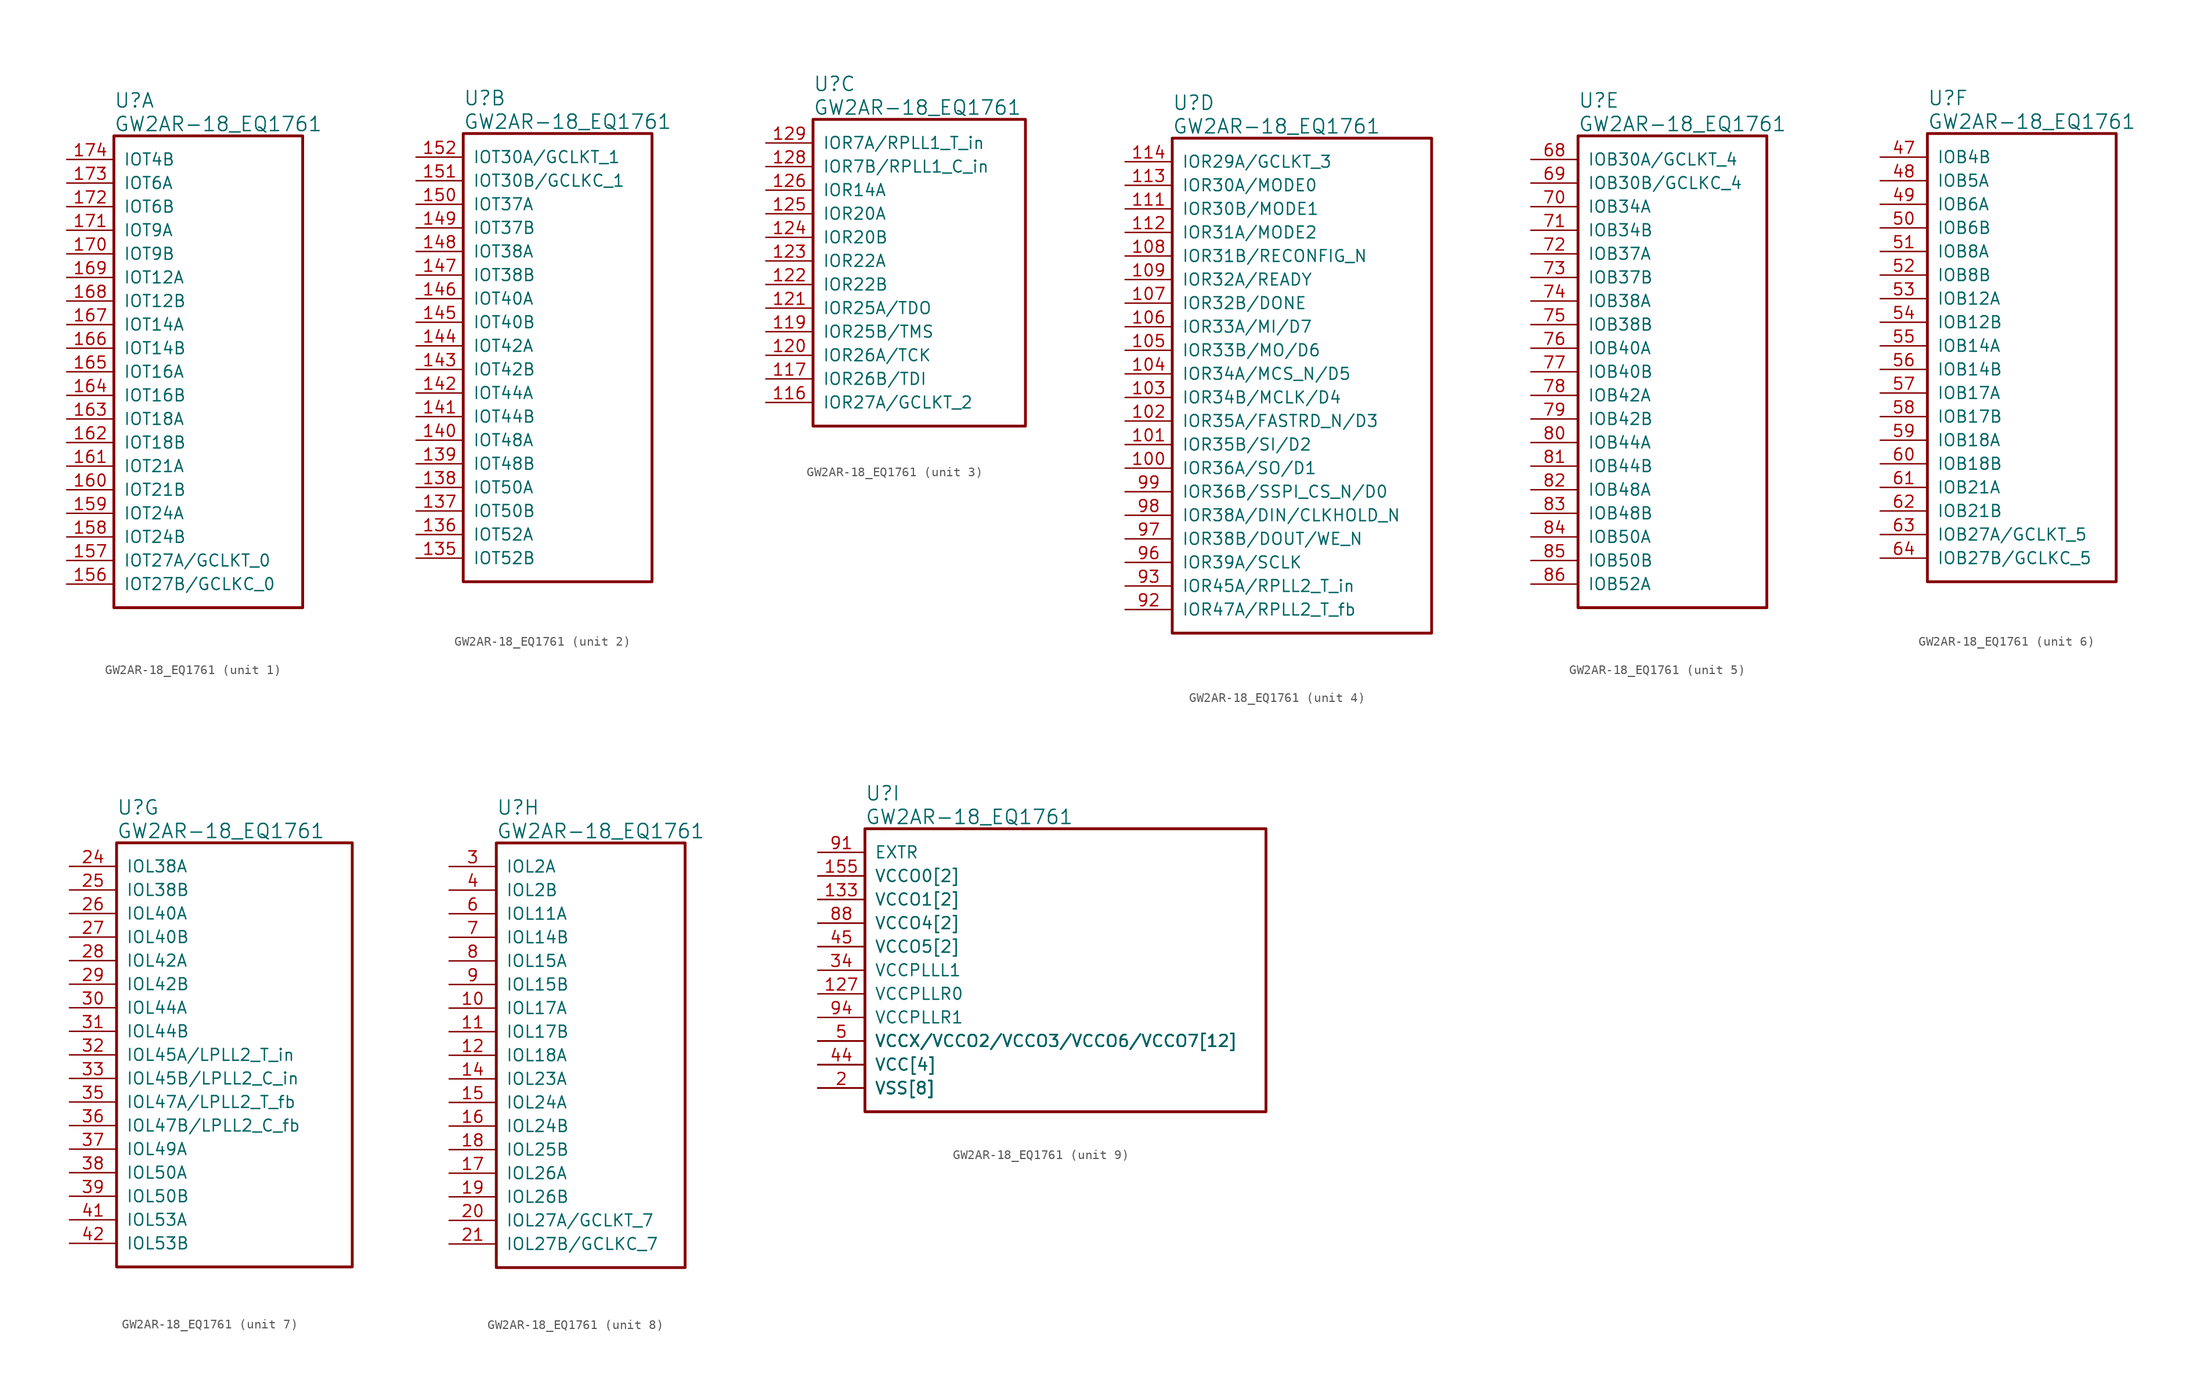
<source format=kicad_sym>
(kicad_symbol_lib
  (version 20241209)
  (generator "kicad_symbol_editor")
  (generator_version "9.0")
  (symbol "GW2AR-18_EQ1761"
    (pin_names
      (offset 1.016))
    (property "Reference" "U"
      (at 5.08 6.35 0)
      (effects (font (size 1.524 1.524)) (justify left)))
    (property "Value" "GW2AR-18_EQ1761"
      (at 5.08 3.81 0)
      (effects (font (size 1.524 1.524)) (justify left)))
    (property "ki_locked" ""
      (at 0 0 0)
      (effects (font (size 1.27 1.27))))
    (symbol "GW2AR-18_EQ1761_1_1"
      (rectangle (start 5.08 2.54) (end 25.4 -48.26) (stroke (width 0.305) (type solid)) (fill (type none)))
      (pin bidirectional line (at 0 0 0) (length 5.08) (name "IOT4B" (effects (font (size 1.27 1.27)))) (number "174" (effects (font (size 1.27 1.27)))))
      (pin bidirectional line (at 0 -2.54 0) (length 5.08) (name "IOT6A" (effects (font (size 1.27 1.27)))) (number "173" (effects (font (size 1.27 1.27)))))
      (pin bidirectional line (at 0 -5.08 0) (length 5.08) (name "IOT6B" (effects (font (size 1.27 1.27)))) (number "172" (effects (font (size 1.27 1.27)))))
      (pin bidirectional line (at 0 -7.62 0) (length 5.08) (name "IOT9A" (effects (font (size 1.27 1.27)))) (number "171" (effects (font (size 1.27 1.27)))))
      (pin bidirectional line (at 0 -10.16 0) (length 5.08) (name "IOT9B" (effects (font (size 1.27 1.27)))) (number "170" (effects (font (size 1.27 1.27)))))
      (pin bidirectional line (at 0 -12.7 0) (length 5.08) (name "IOT12A" (effects (font (size 1.27 1.27)))) (number "169" (effects (font (size 1.27 1.27)))))
      (pin bidirectional line (at 0 -15.24 0) (length 5.08) (name "IOT12B" (effects (font (size 1.27 1.27)))) (number "168" (effects (font (size 1.27 1.27)))))
      (pin bidirectional line (at 0 -17.78 0) (length 5.08) (name "IOT14A" (effects (font (size 1.27 1.27)))) (number "167" (effects (font (size 1.27 1.27)))))
      (pin bidirectional line (at 0 -20.32 0) (length 5.08) (name "IOT14B" (effects (font (size 1.27 1.27)))) (number "166" (effects (font (size 1.27 1.27)))))
      (pin bidirectional line (at 0 -22.86 0) (length 5.08) (name "IOT16A" (effects (font (size 1.27 1.27)))) (number "165" (effects (font (size 1.27 1.27)))))
      (pin bidirectional line (at 0 -25.4 0) (length 5.08) (name "IOT16B" (effects (font (size 1.27 1.27)))) (number "164" (effects (font (size 1.27 1.27)))))
      (pin bidirectional line (at 0 -27.94 0) (length 5.08) (name "IOT18A" (effects (font (size 1.27 1.27)))) (number "163" (effects (font (size 1.27 1.27)))))
      (pin bidirectional line (at 0 -30.48 0) (length 5.08) (name "IOT18B" (effects (font (size 1.27 1.27)))) (number "162" (effects (font (size 1.27 1.27)))))
      (pin bidirectional line (at 0 -33.02 0) (length 5.08) (name "IOT21A" (effects (font (size 1.27 1.27)))) (number "161" (effects (font (size 1.27 1.27)))))
      (pin bidirectional line (at 0 -35.56 0) (length 5.08) (name "IOT21B" (effects (font (size 1.27 1.27)))) (number "160" (effects (font (size 1.27 1.27)))))
      (pin bidirectional line (at 0 -38.1 0) (length 5.08) (name "IOT24A" (effects (font (size 1.27 1.27)))) (number "159" (effects (font (size 1.27 1.27)))))
      (pin bidirectional line (at 0 -40.64 0) (length 5.08) (name "IOT24B" (effects (font (size 1.27 1.27)))) (number "158" (effects (font (size 1.27 1.27)))))
      (pin bidirectional line (at 0 -43.18 0) (length 5.08) (name "IOT27A/GCLKT_0" (effects (font (size 1.27 1.27)))) (number "157" (effects (font (size 1.27 1.27)))))
      (pin bidirectional line (at 0 -45.72 0) (length 5.08) (name "IOT27B/GCLKC_0" (effects (font (size 1.27 1.27)))) (number "156" (effects (font (size 1.27 1.27))))))
    (symbol "GW2AR-18_EQ1761_2_1"
      (rectangle (start 5.08 2.54) (end 25.4 -45.72) (stroke (width 0.305) (type solid)) (fill (type none)))
      (pin bidirectional line (at 0 0 0) (length 5.08) (name "IOT30A/GCLKT_1" (effects (font (size 1.27 1.27)))) (number "152" (effects (font (size 1.27 1.27)))))
      (pin bidirectional line (at 0 -2.54 0) (length 5.08) (name "IOT30B/GCLKC_1" (effects (font (size 1.27 1.27)))) (number "151" (effects (font (size 1.27 1.27)))))
      (pin bidirectional line (at 0 -5.08 0) (length 5.08) (name "IOT37A" (effects (font (size 1.27 1.27)))) (number "150" (effects (font (size 1.27 1.27)))))
      (pin bidirectional line (at 0 -7.62 0) (length 5.08) (name "IOT37B" (effects (font (size 1.27 1.27)))) (number "149" (effects (font (size 1.27 1.27)))))
      (pin bidirectional line (at 0 -10.16 0) (length 5.08) (name "IOT38A" (effects (font (size 1.27 1.27)))) (number "148" (effects (font (size 1.27 1.27)))))
      (pin bidirectional line (at 0 -12.7 0) (length 5.08) (name "IOT38B" (effects (font (size 1.27 1.27)))) (number "147" (effects (font (size 1.27 1.27)))))
      (pin bidirectional line (at 0 -15.24 0) (length 5.08) (name "IOT40A" (effects (font (size 1.27 1.27)))) (number "146" (effects (font (size 1.27 1.27)))))
      (pin bidirectional line (at 0 -17.78 0) (length 5.08) (name "IOT40B" (effects (font (size 1.27 1.27)))) (number "145" (effects (font (size 1.27 1.27)))))
      (pin bidirectional line (at 0 -20.32 0) (length 5.08) (name "IOT42A" (effects (font (size 1.27 1.27)))) (number "144" (effects (font (size 1.27 1.27)))))
      (pin bidirectional line (at 0 -22.86 0) (length 5.08) (name "IOT42B" (effects (font (size 1.27 1.27)))) (number "143" (effects (font (size 1.27 1.27)))))
      (pin bidirectional line (at 0 -25.4 0) (length 5.08) (name "IOT44A" (effects (font (size 1.27 1.27)))) (number "142" (effects (font (size 1.27 1.27)))))
      (pin bidirectional line (at 0 -27.94 0) (length 5.08) (name "IOT44B" (effects (font (size 1.27 1.27)))) (number "141" (effects (font (size 1.27 1.27)))))
      (pin bidirectional line (at 0 -30.48 0) (length 5.08) (name "IOT48A" (effects (font (size 1.27 1.27)))) (number "140" (effects (font (size 1.27 1.27)))))
      (pin bidirectional line (at 0 -33.02 0) (length 5.08) (name "IOT48B" (effects (font (size 1.27 1.27)))) (number "139" (effects (font (size 1.27 1.27)))))
      (pin bidirectional line (at 0 -35.56 0) (length 5.08) (name "IOT50A" (effects (font (size 1.27 1.27)))) (number "138" (effects (font (size 1.27 1.27)))))
      (pin bidirectional line (at 0 -38.1 0) (length 5.08) (name "IOT50B" (effects (font (size 1.27 1.27)))) (number "137" (effects (font (size 1.27 1.27)))))
      (pin bidirectional line (at 0 -40.64 0) (length 5.08) (name "IOT52A" (effects (font (size 1.27 1.27)))) (number "136" (effects (font (size 1.27 1.27)))))
      (pin bidirectional line (at 0 -43.18 0) (length 5.08) (name "IOT52B" (effects (font (size 1.27 1.27)))) (number "135" (effects (font (size 1.27 1.27))))))
    (symbol "GW2AR-18_EQ1761_3_1"
      (rectangle (start 5.08 2.54) (end 27.94 -30.48) (stroke (width 0.305) (type solid)) (fill (type none)))
      (pin bidirectional line (at 0 0 0) (length 5.08) (name "IOR7A/RPLL1_T_in" (effects (font (size 1.27 1.27)))) (number "129" (effects (font (size 1.27 1.27)))))
      (pin bidirectional line (at 0 -2.54 0) (length 5.08) (name "IOR7B/RPLL1_C_in" (effects (font (size 1.27 1.27)))) (number "128" (effects (font (size 1.27 1.27)))))
      (pin bidirectional line (at 0 -5.08 0) (length 5.08) (name "IOR14A" (effects (font (size 1.27 1.27)))) (number "126" (effects (font (size 1.27 1.27)))))
      (pin bidirectional line (at 0 -7.62 0) (length 5.08) (name "IOR20A" (effects (font (size 1.27 1.27)))) (number "125" (effects (font (size 1.27 1.27)))))
      (pin bidirectional line (at 0 -10.16 0) (length 5.08) (name "IOR20B" (effects (font (size 1.27 1.27)))) (number "124" (effects (font (size 1.27 1.27)))))
      (pin bidirectional line (at 0 -12.7 0) (length 5.08) (name "IOR22A" (effects (font (size 1.27 1.27)))) (number "123" (effects (font (size 1.27 1.27)))))
      (pin bidirectional line (at 0 -15.24 0) (length 5.08) (name "IOR22B" (effects (font (size 1.27 1.27)))) (number "122" (effects (font (size 1.27 1.27)))))
      (pin bidirectional line (at 0 -17.78 0) (length 5.08) (name "IOR25A/TDO" (effects (font (size 1.27 1.27)))) (number "121" (effects (font (size 1.27 1.27)))))
      (pin bidirectional line (at 0 -20.32 0) (length 5.08) (name "IOR25B/TMS" (effects (font (size 1.27 1.27)))) (number "119" (effects (font (size 1.27 1.27)))))
      (pin bidirectional line (at 0 -22.86 0) (length 5.08) (name "IOR26A/TCK" (effects (font (size 1.27 1.27)))) (number "120" (effects (font (size 1.27 1.27)))))
      (pin bidirectional line (at 0 -25.4 0) (length 5.08) (name "IOR26B/TDI" (effects (font (size 1.27 1.27)))) (number "117" (effects (font (size 1.27 1.27)))))
      (pin bidirectional line (at 0 -27.94 0) (length 5.08) (name "IOR27A/GCLKT_2" (effects (font (size 1.27 1.27)))) (number "116" (effects (font (size 1.27 1.27))))))
    (symbol "GW2AR-18_EQ1761_4_1"
      (rectangle (start 5.08 2.54) (end 33.02 -50.8) (stroke (width 0.305) (type solid)) (fill (type none)))
      (pin bidirectional line (at 0 0 0) (length 5.08) (name "IOR29A/GCLKT_3" (effects (font (size 1.27 1.27)))) (number "114" (effects (font (size 1.27 1.27)))))
      (pin bidirectional line (at 0 -2.54 0) (length 5.08) (name "IOR30A/MODE0" (effects (font (size 1.27 1.27)))) (number "113" (effects (font (size 1.27 1.27)))))
      (pin bidirectional line (at 0 -5.08 0) (length 5.08) (name "IOR30B/MODE1" (effects (font (size 1.27 1.27)))) (number "111" (effects (font (size 1.27 1.27)))))
      (pin bidirectional line (at 0 -7.62 0) (length 5.08) (name "IOR31A/MODE2" (effects (font (size 1.27 1.27)))) (number "112" (effects (font (size 1.27 1.27)))))
      (pin bidirectional line (at 0 -10.16 0) (length 5.08) (name "IOR31B/RECONFIG_N" (effects (font (size 1.27 1.27)))) (number "108" (effects (font (size 1.27 1.27)))))
      (pin bidirectional line (at 0 -12.7 0) (length 5.08) (name "IOR32A/READY" (effects (font (size 1.27 1.27)))) (number "109" (effects (font (size 1.27 1.27)))))
      (pin bidirectional line (at 0 -15.24 0) (length 5.08) (name "IOR32B/DONE" (effects (font (size 1.27 1.27)))) (number "107" (effects (font (size 1.27 1.27)))))
      (pin bidirectional line (at 0 -17.78 0) (length 5.08) (name "IOR33A/MI/D7" (effects (font (size 1.27 1.27)))) (number "106" (effects (font (size 1.27 1.27)))))
      (pin bidirectional line (at 0 -20.32 0) (length 5.08) (name "IOR33B/MO/D6" (effects (font (size 1.27 1.27)))) (number "105" (effects (font (size 1.27 1.27)))))
      (pin bidirectional line (at 0 -22.86 0) (length 5.08) (name "IOR34A/MCS_N/D5" (effects (font (size 1.27 1.27)))) (number "104" (effects (font (size 1.27 1.27)))))
      (pin bidirectional line (at 0 -25.4 0) (length 5.08) (name "IOR34B/MCLK/D4" (effects (font (size 1.27 1.27)))) (number "103" (effects (font (size 1.27 1.27)))))
      (pin bidirectional line (at 0 -27.94 0) (length 5.08) (name "IOR35A/FASTRD_N/D3" (effects (font (size 1.27 1.27)))) (number "102" (effects (font (size 1.27 1.27)))))
      (pin bidirectional line (at 0 -30.48 0) (length 5.08) (name "IOR35B/SI/D2" (effects (font (size 1.27 1.27)))) (number "101" (effects (font (size 1.27 1.27)))))
      (pin bidirectional line (at 0 -33.02 0) (length 5.08) (name "IOR36A/SO/D1" (effects (font (size 1.27 1.27)))) (number "100" (effects (font (size 1.27 1.27)))))
      (pin bidirectional line (at 0 -35.56 0) (length 5.08) (name "IOR36B/SSPI_CS_N/D0" (effects (font (size 1.27 1.27)))) (number "99" (effects (font (size 1.27 1.27)))))
      (pin bidirectional line (at 0 -38.1 0) (length 5.08) (name "IOR38A/DIN/CLKHOLD_N" (effects (font (size 1.27 1.27)))) (number "98" (effects (font (size 1.27 1.27)))))
      (pin bidirectional line (at 0 -40.64 0) (length 5.08) (name "IOR38B/DOUT/WE_N" (effects (font (size 1.27 1.27)))) (number "97" (effects (font (size 1.27 1.27)))))
      (pin bidirectional line (at 0 -43.18 0) (length 5.08) (name "IOR39A/SCLK" (effects (font (size 1.27 1.27)))) (number "96" (effects (font (size 1.27 1.27)))))
      (pin bidirectional line (at 0 -45.72 0) (length 5.08) (name "IOR45A/RPLL2_T_in" (effects (font (size 1.27 1.27)))) (number "93" (effects (font (size 1.27 1.27)))))
      (pin bidirectional line (at 0 -48.26 0) (length 5.08) (name "IOR47A/RPLL2_T_fb" (effects (font (size 1.27 1.27)))) (number "92" (effects (font (size 1.27 1.27))))))
    (symbol "GW2AR-18_EQ1761_5_1"
      (rectangle (start 5.08 2.54) (end 25.4 -48.26) (stroke (width 0.305) (type solid)) (fill (type none)))
      (pin bidirectional line (at 0 0 0) (length 5.08) (name "IOB30A/GCLKT_4" (effects (font (size 1.27 1.27)))) (number "68" (effects (font (size 1.27 1.27)))))
      (pin bidirectional line (at 0 -2.54 0) (length 5.08) (name "IOB30B/GCLKC_4" (effects (font (size 1.27 1.27)))) (number "69" (effects (font (size 1.27 1.27)))))
      (pin bidirectional line (at 0 -5.08 0) (length 5.08) (name "IOB34A" (effects (font (size 1.27 1.27)))) (number "70" (effects (font (size 1.27 1.27)))))
      (pin bidirectional line (at 0 -7.62 0) (length 5.08) (name "IOB34B" (effects (font (size 1.27 1.27)))) (number "71" (effects (font (size 1.27 1.27)))))
      (pin bidirectional line (at 0 -10.16 0) (length 5.08) (name "IOB37A" (effects (font (size 1.27 1.27)))) (number "72" (effects (font (size 1.27 1.27)))))
      (pin bidirectional line (at 0 -12.7 0) (length 5.08) (name "IOB37B" (effects (font (size 1.27 1.27)))) (number "73" (effects (font (size 1.27 1.27)))))
      (pin bidirectional line (at 0 -15.24 0) (length 5.08) (name "IOB38A" (effects (font (size 1.27 1.27)))) (number "74" (effects (font (size 1.27 1.27)))))
      (pin bidirectional line (at 0 -17.78 0) (length 5.08) (name "IOB38B" (effects (font (size 1.27 1.27)))) (number "75" (effects (font (size 1.27 1.27)))))
      (pin bidirectional line (at 0 -20.32 0) (length 5.08) (name "IOB40A" (effects (font (size 1.27 1.27)))) (number "76" (effects (font (size 1.27 1.27)))))
      (pin bidirectional line (at 0 -22.86 0) (length 5.08) (name "IOB40B" (effects (font (size 1.27 1.27)))) (number "77" (effects (font (size 1.27 1.27)))))
      (pin bidirectional line (at 0 -25.4 0) (length 5.08) (name "IOB42A" (effects (font (size 1.27 1.27)))) (number "78" (effects (font (size 1.27 1.27)))))
      (pin bidirectional line (at 0 -27.94 0) (length 5.08) (name "IOB42B" (effects (font (size 1.27 1.27)))) (number "79" (effects (font (size 1.27 1.27)))))
      (pin bidirectional line (at 0 -30.48 0) (length 5.08) (name "IOB44A" (effects (font (size 1.27 1.27)))) (number "80" (effects (font (size 1.27 1.27)))))
      (pin bidirectional line (at 0 -33.02 0) (length 5.08) (name "IOB44B" (effects (font (size 1.27 1.27)))) (number "81" (effects (font (size 1.27 1.27)))))
      (pin bidirectional line (at 0 -35.56 0) (length 5.08) (name "IOB48A" (effects (font (size 1.27 1.27)))) (number "82" (effects (font (size 1.27 1.27)))))
      (pin bidirectional line (at 0 -38.1 0) (length 5.08) (name "IOB48B" (effects (font (size 1.27 1.27)))) (number "83" (effects (font (size 1.27 1.27)))))
      (pin bidirectional line (at 0 -40.64 0) (length 5.08) (name "IOB50A" (effects (font (size 1.27 1.27)))) (number "84" (effects (font (size 1.27 1.27)))))
      (pin bidirectional line (at 0 -43.18 0) (length 5.08) (name "IOB50B" (effects (font (size 1.27 1.27)))) (number "85" (effects (font (size 1.27 1.27)))))
      (pin bidirectional line (at 0 -45.72 0) (length 5.08) (name "IOB52A" (effects (font (size 1.27 1.27)))) (number "86" (effects (font (size 1.27 1.27))))))
    (symbol "GW2AR-18_EQ1761_6_1"
      (rectangle (start 5.08 2.54) (end 25.4 -45.72) (stroke (width 0.305) (type solid)) (fill (type none)))
      (pin bidirectional line (at 0 0 0) (length 5.08) (name "IOB4B" (effects (font (size 1.27 1.27)))) (number "47" (effects (font (size 1.27 1.27)))))
      (pin bidirectional line (at 0 -2.54 0) (length 5.08) (name "IOB5A" (effects (font (size 1.27 1.27)))) (number "48" (effects (font (size 1.27 1.27)))))
      (pin bidirectional line (at 0 -5.08 0) (length 5.08) (name "IOB6A" (effects (font (size 1.27 1.27)))) (number "49" (effects (font (size 1.27 1.27)))))
      (pin bidirectional line (at 0 -7.62 0) (length 5.08) (name "IOB6B" (effects (font (size 1.27 1.27)))) (number "50" (effects (font (size 1.27 1.27)))))
      (pin bidirectional line (at 0 -10.16 0) (length 5.08) (name "IOB8A" (effects (font (size 1.27 1.27)))) (number "51" (effects (font (size 1.27 1.27)))))
      (pin bidirectional line (at 0 -12.7 0) (length 5.08) (name "IOB8B" (effects (font (size 1.27 1.27)))) (number "52" (effects (font (size 1.27 1.27)))))
      (pin bidirectional line (at 0 -15.24 0) (length 5.08) (name "IOB12A" (effects (font (size 1.27 1.27)))) (number "53" (effects (font (size 1.27 1.27)))))
      (pin bidirectional line (at 0 -17.78 0) (length 5.08) (name "IOB12B" (effects (font (size 1.27 1.27)))) (number "54" (effects (font (size 1.27 1.27)))))
      (pin bidirectional line (at 0 -20.32 0) (length 5.08) (name "IOB14A" (effects (font (size 1.27 1.27)))) (number "55" (effects (font (size 1.27 1.27)))))
      (pin bidirectional line (at 0 -22.86 0) (length 5.08) (name "IOB14B" (effects (font (size 1.27 1.27)))) (number "56" (effects (font (size 1.27 1.27)))))
      (pin bidirectional line (at 0 -25.4 0) (length 5.08) (name "IOB17A" (effects (font (size 1.27 1.27)))) (number "57" (effects (font (size 1.27 1.27)))))
      (pin bidirectional line (at 0 -27.94 0) (length 5.08) (name "IOB17B" (effects (font (size 1.27 1.27)))) (number "58" (effects (font (size 1.27 1.27)))))
      (pin bidirectional line (at 0 -30.48 0) (length 5.08) (name "IOB18A" (effects (font (size 1.27 1.27)))) (number "59" (effects (font (size 1.27 1.27)))))
      (pin bidirectional line (at 0 -33.02 0) (length 5.08) (name "IOB18B" (effects (font (size 1.27 1.27)))) (number "60" (effects (font (size 1.27 1.27)))))
      (pin bidirectional line (at 0 -35.56 0) (length 5.08) (name "IOB21A" (effects (font (size 1.27 1.27)))) (number "61" (effects (font (size 1.27 1.27)))))
      (pin bidirectional line (at 0 -38.1 0) (length 5.08) (name "IOB21B" (effects (font (size 1.27 1.27)))) (number "62" (effects (font (size 1.27 1.27)))))
      (pin bidirectional line (at 0 -40.64 0) (length 5.08) (name "IOB27A/GCLKT_5" (effects (font (size 1.27 1.27)))) (number "63" (effects (font (size 1.27 1.27)))))
      (pin bidirectional line (at 0 -43.18 0) (length 5.08) (name "IOB27B/GCLKC_5" (effects (font (size 1.27 1.27)))) (number "64" (effects (font (size 1.27 1.27))))))
    (symbol "GW2AR-18_EQ1761_7_1"
      (rectangle (start 5.08 2.54) (end 30.48 -43.18) (stroke (width 0.305) (type solid)) (fill (type none)))
      (pin bidirectional line (at 0 0 0) (length 5.08) (name "IOL38A" (effects (font (size 1.27 1.27)))) (number "24" (effects (font (size 1.27 1.27)))))
      (pin bidirectional line (at 0 -2.54 0) (length 5.08) (name "IOL38B" (effects (font (size 1.27 1.27)))) (number "25" (effects (font (size 1.27 1.27)))))
      (pin bidirectional line (at 0 -5.08 0) (length 5.08) (name "IOL40A" (effects (font (size 1.27 1.27)))) (number "26" (effects (font (size 1.27 1.27)))))
      (pin bidirectional line (at 0 -7.62 0) (length 5.08) (name "IOL40B" (effects (font (size 1.27 1.27)))) (number "27" (effects (font (size 1.27 1.27)))))
      (pin bidirectional line (at 0 -10.16 0) (length 5.08) (name "IOL42A" (effects (font (size 1.27 1.27)))) (number "28" (effects (font (size 1.27 1.27)))))
      (pin bidirectional line (at 0 -12.7 0) (length 5.08) (name "IOL42B" (effects (font (size 1.27 1.27)))) (number "29" (effects (font (size 1.27 1.27)))))
      (pin bidirectional line (at 0 -15.24 0) (length 5.08) (name "IOL44A" (effects (font (size 1.27 1.27)))) (number "30" (effects (font (size 1.27 1.27)))))
      (pin bidirectional line (at 0 -17.78 0) (length 5.08) (name "IOL44B" (effects (font (size 1.27 1.27)))) (number "31" (effects (font (size 1.27 1.27)))))
      (pin bidirectional line (at 0 -20.32 0) (length 5.08) (name "IOL45A/LPLL2_T_in" (effects (font (size 1.27 1.27)))) (number "32" (effects (font (size 1.27 1.27)))))
      (pin bidirectional line (at 0 -22.86 0) (length 5.08) (name "IOL45B/LPLL2_C_in" (effects (font (size 1.27 1.27)))) (number "33" (effects (font (size 1.27 1.27)))))
      (pin bidirectional line (at 0 -25.4 0) (length 5.08) (name "IOL47A/LPLL2_T_fb" (effects (font (size 1.27 1.27)))) (number "35" (effects (font (size 1.27 1.27)))))
      (pin bidirectional line (at 0 -27.94 0) (length 5.08) (name "IOL47B/LPLL2_C_fb" (effects (font (size 1.27 1.27)))) (number "36" (effects (font (size 1.27 1.27)))))
      (pin bidirectional line (at 0 -30.48 0) (length 5.08) (name "IOL49A" (effects (font (size 1.27 1.27)))) (number "37" (effects (font (size 1.27 1.27)))))
      (pin bidirectional line (at 0 -33.02 0) (length 5.08) (name "IOL50A" (effects (font (size 1.27 1.27)))) (number "38" (effects (font (size 1.27 1.27)))))
      (pin bidirectional line (at 0 -35.56 0) (length 5.08) (name "IOL50B" (effects (font (size 1.27 1.27)))) (number "39" (effects (font (size 1.27 1.27)))))
      (pin bidirectional line (at 0 -38.1 0) (length 5.08) (name "IOL53A" (effects (font (size 1.27 1.27)))) (number "41" (effects (font (size 1.27 1.27)))))
      (pin bidirectional line (at 0 -40.64 0) (length 5.08) (name "IOL53B" (effects (font (size 1.27 1.27)))) (number "42" (effects (font (size 1.27 1.27))))))
    (symbol "GW2AR-18_EQ1761_8_1"
      (rectangle (start 5.08 2.54) (end 25.4 -43.18) (stroke (width 0.305) (type solid)) (fill (type none)))
      (pin bidirectional line (at 0 0 0) (length 5.08) (name "IOL2A" (effects (font (size 1.27 1.27)))) (number "3" (effects (font (size 1.27 1.27)))))
      (pin bidirectional line (at 0 -2.54 0) (length 5.08) (name "IOL2B" (effects (font (size 1.27 1.27)))) (number "4" (effects (font (size 1.27 1.27)))))
      (pin bidirectional line (at 0 -5.08 0) (length 5.08) (name "IOL11A" (effects (font (size 1.27 1.27)))) (number "6" (effects (font (size 1.27 1.27)))))
      (pin bidirectional line (at 0 -7.62 0) (length 5.08) (name "IOL14B" (effects (font (size 1.27 1.27)))) (number "7" (effects (font (size 1.27 1.27)))))
      (pin bidirectional line (at 0 -10.16 0) (length 5.08) (name "IOL15A" (effects (font (size 1.27 1.27)))) (number "8" (effects (font (size 1.27 1.27)))))
      (pin bidirectional line (at 0 -12.7 0) (length 5.08) (name "IOL15B" (effects (font (size 1.27 1.27)))) (number "9" (effects (font (size 1.27 1.27)))))
      (pin bidirectional line (at 0 -15.24 0) (length 5.08) (name "IOL17A" (effects (font (size 1.27 1.27)))) (number "10" (effects (font (size 1.27 1.27)))))
      (pin bidirectional line (at 0 -17.78 0) (length 5.08) (name "IOL17B" (effects (font (size 1.27 1.27)))) (number "11" (effects (font (size 1.27 1.27)))))
      (pin bidirectional line (at 0 -20.32 0) (length 5.08) (name "IOL18A" (effects (font (size 1.27 1.27)))) (number "12" (effects (font (size 1.27 1.27)))))
      (pin bidirectional line (at 0 -22.86 0) (length 5.08) (name "IOL23A" (effects (font (size 1.27 1.27)))) (number "14" (effects (font (size 1.27 1.27)))))
      (pin bidirectional line (at 0 -25.4 0) (length 5.08) (name "IOL24A" (effects (font (size 1.27 1.27)))) (number "15" (effects (font (size 1.27 1.27)))))
      (pin bidirectional line (at 0 -27.94 0) (length 5.08) (name "IOL24B" (effects (font (size 1.27 1.27)))) (number "16" (effects (font (size 1.27 1.27)))))
      (pin bidirectional line (at 0 -30.48 0) (length 5.08) (name "IOL25B" (effects (font (size 1.27 1.27)))) (number "18" (effects (font (size 1.27 1.27)))))
      (pin bidirectional line (at 0 -33.02 0) (length 5.08) (name "IOL26A" (effects (font (size 1.27 1.27)))) (number "17" (effects (font (size 1.27 1.27)))))
      (pin bidirectional line (at 0 -35.56 0) (length 5.08) (name "IOL26B" (effects (font (size 1.27 1.27)))) (number "19" (effects (font (size 1.27 1.27)))))
      (pin bidirectional line (at 0 -38.1 0) (length 5.08) (name "IOL27A/GCLKT_7" (effects (font (size 1.27 1.27)))) (number "20" (effects (font (size 1.27 1.27)))))
      (pin bidirectional line (at 0 -40.64 0) (length 5.08) (name "IOL27B/GCLKC_7" (effects (font (size 1.27 1.27)))) (number "21" (effects (font (size 1.27 1.27))))))
    (symbol "GW2AR-18_EQ1761_9_1"
      (rectangle (start 5.08 2.54) (end 48.26 -27.94) (stroke (width 0.305) (type solid)) (fill (type none)))
      (pin power_in line (at 0 0 0) (length 5.08) (name "EXTR" (effects (font (size 1.27 1.27)))) (number "91" (effects (font (size 1.27 1.27)))))
      (pin power_in line (at 0 -2.54 0) (length 5.08) (name "VCCO0[2]" (effects (font (size 1.27 1.27)))) (number "155" (effects (font (size 1.27 1.27)))))
      (pin power_in line (at 0 -2.54 0) (length 5.08) (name "VCCO0[2]" (effects (font (size 1.27 1.27)))) (number "176" (effects (font (size 0 0)))))
      (pin power_in line (at 0 -5.08 0) (length 5.08) (name "VCCO1[2]" (effects (font (size 1.27 1.27)))) (number "133" (effects (font (size 1.27 1.27)))))
      (pin power_in line (at 0 -5.08 0) (length 5.08) (name "VCCO1[2]" (effects (font (size 1.27 1.27)))) (number "153" (effects (font (size 0 0)))))
      (pin power_in line (at 0 -7.62 0) (length 5.08) (name "VCCO4[2]" (effects (font (size 1.27 1.27)))) (number "67" (effects (font (size 0 0)))))
      (pin power_in line (at 0 -7.62 0) (length 5.08) (name "VCCO4[2]" (effects (font (size 1.27 1.27)))) (number "88" (effects (font (size 1.27 1.27)))))
      (pin power_in line (at 0 -10.16 0) (length 5.08) (name "VCCO5[2]" (effects (font (size 1.27 1.27)))) (number "45" (effects (font (size 1.27 1.27)))))
      (pin power_in line (at 0 -10.16 0) (length 5.08) (name "VCCO5[2]" (effects (font (size 1.27 1.27)))) (number "65" (effects (font (size 0 0)))))
      (pin power_in line (at 0 -12.7 0) (length 5.08) (name "VCCPLLL1" (effects (font (size 1.27 1.27)))) (number "34" (effects (font (size 1.27 1.27)))))
      (pin power_in line (at 0 -15.24 0) (length 5.08) (name "VCCPLLR0" (effects (font (size 1.27 1.27)))) (number "127" (effects (font (size 1.27 1.27)))))
      (pin power_in line (at 0 -17.78 0) (length 5.08) (name "VCCPLLR1" (effects (font (size 1.27 1.27)))) (number "94" (effects (font (size 1.27 1.27)))))
      (pin power_in line (at 0 -20.32 0) (length 5.08) (name "VCCX/VCCO2/VCCO3/VCCO6/VCCO7[12]" (effects (font (size 1.27 1.27)))) (number "110" (effects (font (size 0 0)))))
      (pin power_in line (at 0 -20.32 0) (length 5.08) (name "VCCX/VCCO2/VCCO3/VCCO6/VCCO7[12]" (effects (font (size 1.27 1.27)))) (number "115" (effects (font (size 0 0)))))
      (pin power_in line (at 0 -20.32 0) (length 5.08) (name "VCCX/VCCO2/VCCO3/VCCO6/VCCO7[12]" (effects (font (size 1.27 1.27)))) (number "118" (effects (font (size 0 0)))))
      (pin power_in line (at 0 -20.32 0) (length 5.08) (name "VCCX/VCCO2/VCCO3/VCCO6/VCCO7[12]" (effects (font (size 1.27 1.27)))) (number "13" (effects (font (size 0 0)))))
      (pin power_in line (at 0 -20.32 0) (length 5.08) (name "VCCX/VCCO2/VCCO3/VCCO6/VCCO7[12]" (effects (font (size 1.27 1.27)))) (number "130" (effects (font (size 0 0)))))
      (pin power_in line (at 0 -20.32 0) (length 5.08) (name "VCCX/VCCO2/VCCO3/VCCO6/VCCO7[12]" (effects (font (size 1.27 1.27)))) (number "154" (effects (font (size 0 0)))))
      (pin power_in line (at 0 -20.32 0) (length 5.08) (name "VCCX/VCCO2/VCCO3/VCCO6/VCCO7[12]" (effects (font (size 1.27 1.27)))) (number "22" (effects (font (size 0 0)))))
      (pin power_in line (at 0 -20.32 0) (length 5.08) (name "VCCX/VCCO2/VCCO3/VCCO6/VCCO7[12]" (effects (font (size 1.27 1.27)))) (number "23" (effects (font (size 0 0)))))
      (pin power_in line (at 0 -20.32 0) (length 5.08) (name "VCCX/VCCO2/VCCO3/VCCO6/VCCO7[12]" (effects (font (size 1.27 1.27)))) (number "40" (effects (font (size 0 0)))))
      (pin power_in line (at 0 -20.32 0) (length 5.08) (name "VCCX/VCCO2/VCCO3/VCCO6/VCCO7[12]" (effects (font (size 1.27 1.27)))) (number "5" (effects (font (size 1.27 1.27)))))
      (pin power_in line (at 0 -20.32 0) (length 5.08) (name "VCCX/VCCO2/VCCO3/VCCO6/VCCO7[12]" (effects (font (size 1.27 1.27)))) (number "66" (effects (font (size 0 0)))))
      (pin power_in line (at 0 -20.32 0) (length 5.08) (name "VCCX/VCCO2/VCCO3/VCCO6/VCCO7[12]" (effects (font (size 1.27 1.27)))) (number "95" (effects (font (size 0 0)))))
      (pin power_in line (at 0 -22.86 0) (length 5.08) (name "VCC[4]" (effects (font (size 1.27 1.27)))) (number "1" (effects (font (size 0 0)))))
      (pin power_in line (at 0 -22.86 0) (length 5.08) (name "VCC[4]" (effects (font (size 1.27 1.27)))) (number "132" (effects (font (size 0 0)))))
      (pin power_in line (at 0 -22.86 0) (length 5.08) (name "VCC[4]" (effects (font (size 1.27 1.27)))) (number "44" (effects (font (size 1.27 1.27)))))
      (pin power_in line (at 0 -22.86 0) (length 5.08) (name "VCC[4]" (effects (font (size 1.27 1.27)))) (number "89" (effects (font (size 0 0)))))
      (pin power_in line (at 0 -25.4 0) (length 5.08) (name "VSS[8]" (effects (font (size 1.27 1.27)))) (number "131" (effects (font (size 0 0)))))
      (pin power_in line (at 0 -25.4 0) (length 5.08) (name "VSS[8]" (effects (font (size 1.27 1.27)))) (number "134" (effects (font (size 0 0)))))
      (pin power_in line (at 0 -25.4 0) (length 5.08) (name "VSS[8]" (effects (font (size 1.27 1.27)))) (number "175" (effects (font (size 0 0)))))
      (pin power_in line (at 0 -25.4 0) (length 5.08) (name "VSS[8]" (effects (font (size 1.27 1.27)))) (number "2" (effects (font (size 1.27 1.27)))))
      (pin power_in line (at 0 -25.4 0) (length 5.08) (name "VSS[8]" (effects (font (size 1.27 1.27)))) (number "43" (effects (font (size 0 0)))))
      (pin power_in line (at 0 -25.4 0) (length 5.08) (name "VSS[8]" (effects (font (size 1.27 1.27)))) (number "46" (effects (font (size 0 0)))))
      (pin power_in line (at 0 -25.4 0) (length 5.08) (name "VSS[8]" (effects (font (size 1.27 1.27)))) (number "87" (effects (font (size 0 0)))))
      (pin power_in line (at 0 -25.4 0) (length 5.08) (name "VSS[8]" (effects (font (size 1.27 1.27)))) (number "90" (effects (font (size 0 0))))))))
</source>
